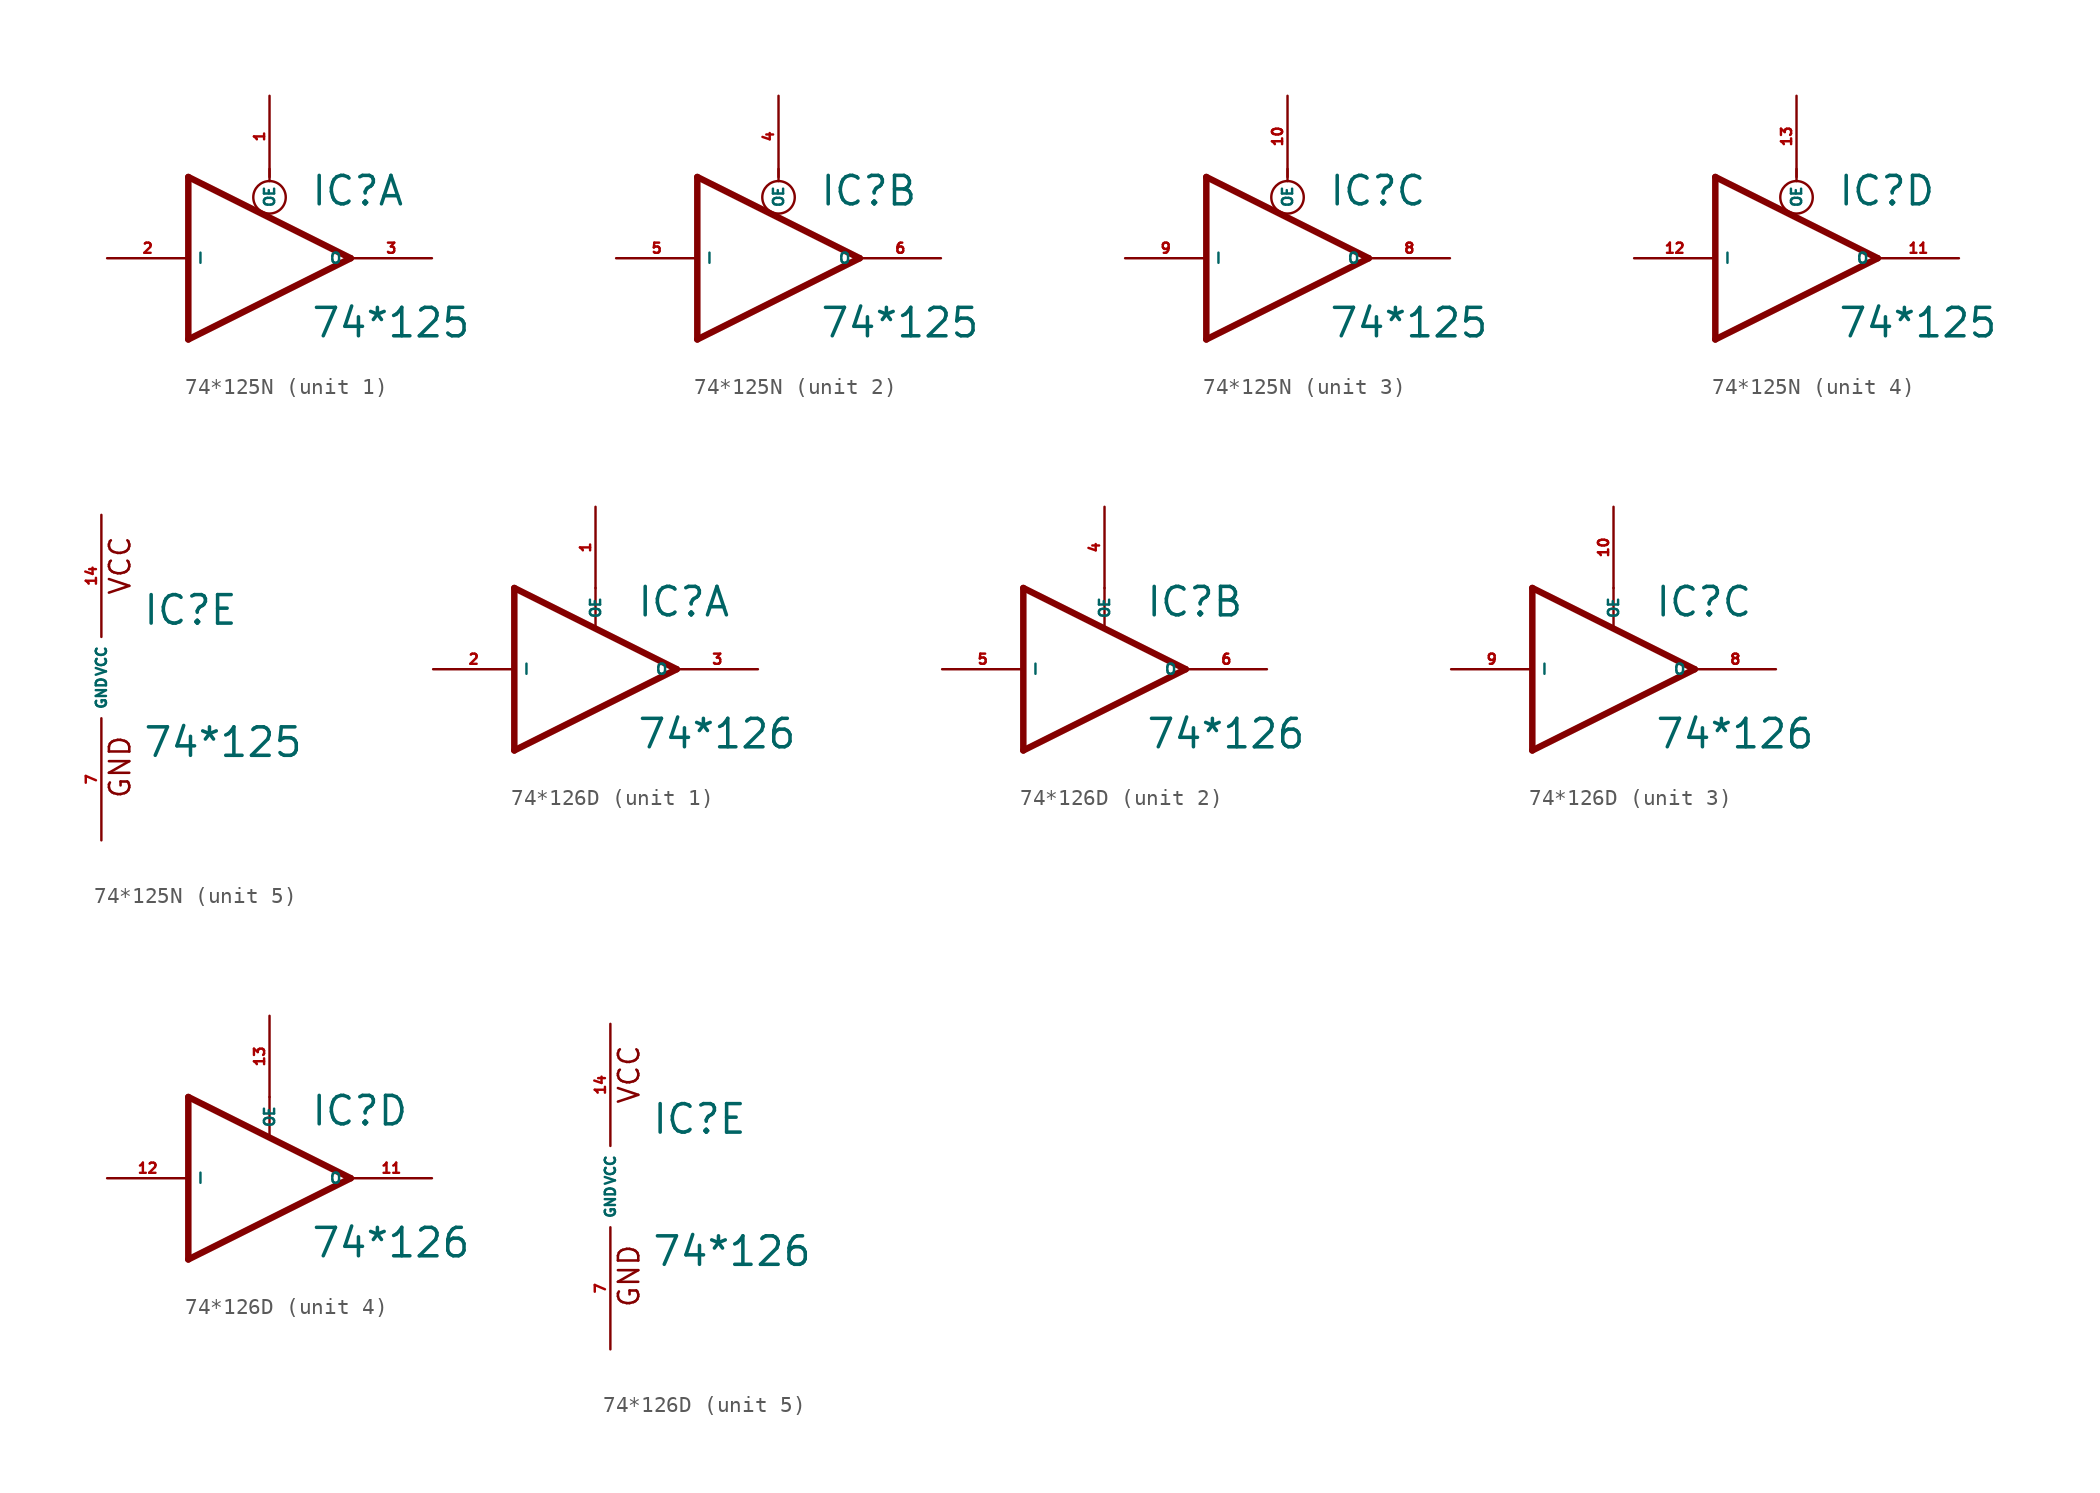
<source format=kicad_sym>
(kicad_symbol_lib
  (version 20220914)
  (generator Eagle2Kicad)
  (symbol "74*125N"
    (property "Reference" "IC"
      (at 2.54 3.175 0)
      (effects (font (size 1.778 1.778) (thickness 0.22)) (justify left bottom)))
    (property "Value" "74*125"
      (at 2.54 -5.08 0)
      (effects (font (size 1.778 1.778) (thickness 0.22)) (justify left bottom)))
    (symbol "74*125N_1_0"
      (polyline (pts (xy 5.08 0) (xy -5.08 5.08)) (stroke (width 0.406) (type default)) (fill (type none)))
      (polyline (pts (xy 5.08 0) (xy -5.08 -5.08)) (stroke (width 0.406) (type default)) (fill (type none)))
      (polyline (pts (xy -5.08 -5.08) (xy -5.08 5.08)) (stroke (width 0.406) (type default)) (fill (type none)))
      (polyline (pts (xy 0 4.826) (xy 0 5.588)) (stroke (width 0.152) (type default)) (fill (type none)))
      (circle (center 0 3.81) (radius 1.016) (stroke (width 0.152) (type default)) (fill (type none)))
      (pin input line (at 0 10.16 270) (length 5.08) (name "OE" (effects (font (size 0.635 0.635) (thickness 0.08)) (justify left bottom))) (number "1" (effects (font (size 0.635 0.635) (thickness 0.08)) (justify left bottom))))
      (pin input line (at -10.16 0 0) (length 5.08) (name "I" (effects (font (size 0.635 0.635) (thickness 0.08)) (justify left bottom))) (number "2" (effects (font (size 0.635 0.635) (thickness 0.08)) (justify left bottom))))
      (pin tri_state line (at 10.16 0 180) (length 5.08) (name "O" (effects (font (size 0.635 0.635) (thickness 0.08)) (justify left bottom))) (number "3" (effects (font (size 0.635 0.635) (thickness 0.08)) (justify left bottom)))))
    (symbol "74*125N_2_0"
      (polyline (pts (xy 5.08 0) (xy -5.08 5.08)) (stroke (width 0.406) (type default)) (fill (type none)))
      (polyline (pts (xy 5.08 0) (xy -5.08 -5.08)) (stroke (width 0.406) (type default)) (fill (type none)))
      (polyline (pts (xy -5.08 -5.08) (xy -5.08 5.08)) (stroke (width 0.406) (type default)) (fill (type none)))
      (polyline (pts (xy 0 4.826) (xy 0 5.588)) (stroke (width 0.152) (type default)) (fill (type none)))
      (circle (center 0 3.81) (radius 1.016) (stroke (width 0.152) (type default)) (fill (type none)))
      (pin input line (at 0 10.16 270) (length 5.08) (name "OE" (effects (font (size 0.635 0.635) (thickness 0.08)) (justify left bottom))) (number "4" (effects (font (size 0.635 0.635) (thickness 0.08)) (justify left bottom))))
      (pin input line (at -10.16 0 0) (length 5.08) (name "I" (effects (font (size 0.635 0.635) (thickness 0.08)) (justify left bottom))) (number "5" (effects (font (size 0.635 0.635) (thickness 0.08)) (justify left bottom))))
      (pin tri_state line (at 10.16 0 180) (length 5.08) (name "O" (effects (font (size 0.635 0.635) (thickness 0.08)) (justify left bottom))) (number "6" (effects (font (size 0.635 0.635) (thickness 0.08)) (justify left bottom)))))
    (symbol "74*125N_3_0"
      (polyline (pts (xy 5.08 0) (xy -5.08 5.08)) (stroke (width 0.406) (type default)) (fill (type none)))
      (polyline (pts (xy 5.08 0) (xy -5.08 -5.08)) (stroke (width 0.406) (type default)) (fill (type none)))
      (polyline (pts (xy -5.08 -5.08) (xy -5.08 5.08)) (stroke (width 0.406) (type default)) (fill (type none)))
      (polyline (pts (xy 0 4.826) (xy 0 5.588)) (stroke (width 0.152) (type default)) (fill (type none)))
      (circle (center 0 3.81) (radius 1.016) (stroke (width 0.152) (type default)) (fill (type none)))
      (pin input line (at 0 10.16 270) (length 5.08) (name "OE" (effects (font (size 0.635 0.635) (thickness 0.08)) (justify left bottom))) (number "10" (effects (font (size 0.635 0.635) (thickness 0.08)) (justify left bottom))))
      (pin input line (at -10.16 0 0) (length 5.08) (name "I" (effects (font (size 0.635 0.635) (thickness 0.08)) (justify left bottom))) (number "9" (effects (font (size 0.635 0.635) (thickness 0.08)) (justify left bottom))))
      (pin tri_state line (at 10.16 0 180) (length 5.08) (name "O" (effects (font (size 0.635 0.635) (thickness 0.08)) (justify left bottom))) (number "8" (effects (font (size 0.635 0.635) (thickness 0.08)) (justify left bottom)))))
    (symbol "74*125N_4_0"
      (polyline (pts (xy 5.08 0) (xy -5.08 5.08)) (stroke (width 0.406) (type default)) (fill (type none)))
      (polyline (pts (xy 5.08 0) (xy -5.08 -5.08)) (stroke (width 0.406) (type default)) (fill (type none)))
      (polyline (pts (xy -5.08 -5.08) (xy -5.08 5.08)) (stroke (width 0.406) (type default)) (fill (type none)))
      (polyline (pts (xy 0 4.826) (xy 0 5.588)) (stroke (width 0.152) (type default)) (fill (type none)))
      (circle (center 0 3.81) (radius 1.016) (stroke (width 0.152) (type default)) (fill (type none)))
      (pin input line (at 0 10.16 270) (length 5.08) (name "OE" (effects (font (size 0.635 0.635) (thickness 0.08)) (justify left bottom))) (number "13" (effects (font (size 0.635 0.635) (thickness 0.08)) (justify left bottom))))
      (pin input line (at -10.16 0 0) (length 5.08) (name "I" (effects (font (size 0.635 0.635) (thickness 0.08)) (justify left bottom))) (number "12" (effects (font (size 0.635 0.635) (thickness 0.08)) (justify left bottom))))
      (pin tri_state line (at 10.16 0 180) (length 5.08) (name "O" (effects (font (size 0.635 0.635) (thickness 0.08)) (justify left bottom))) (number "11" (effects (font (size 0.635 0.635) (thickness 0.08)) (justify left bottom)))))
    (symbol "74*125N_5_0"
      (text "GND" (at 1.905 -7.62 900) (effects (font (size 1.27 1.27) (thickness 0.16)) (justify left bottom)))
      (text "VCC" (at 1.905 5.08 900) (effects (font (size 1.27 1.27) (thickness 0.16)) (justify left bottom)))
      (pin unspecified line (at 0 -10.16 90) (length 7.62) (name "GND" (effects (font (size 0.635 0.635) (thickness 0.08)) (justify left bottom))) (number "7" (effects (font (size 0.635 0.635) (thickness 0.08)) (justify left bottom))))
      (pin unspecified line (at 0 10.16 270) (length 7.62) (name "VCC" (effects (font (size 0.635 0.635) (thickness 0.08)) (justify left bottom))) (number "14" (effects (font (size 0.635 0.635) (thickness 0.08)) (justify left bottom))))))
  (symbol "74*126D"
    (property "Reference" "IC"
      (at 2.54 3.175 0)
      (effects (font (size 1.778 1.778) (thickness 0.22)) (justify left bottom)))
    (property "Value" "74*126"
      (at 2.54 -5.08 0)
      (effects (font (size 1.778 1.778) (thickness 0.22)) (justify left bottom)))
    (symbol "74*126D_1_0"
      (polyline (pts (xy -5.08 -5.08) (xy -5.08 5.08)) (stroke (width 0.406) (type default)) (fill (type none)))
      (polyline (pts (xy 0 5.08) (xy 0 2.54)) (stroke (width 0.152) (type default)) (fill (type none)))
      (polyline (pts (xy 5.08 0) (xy -5.08 5.08)) (stroke (width 0.406) (type default)) (fill (type none)))
      (polyline (pts (xy 5.08 0) (xy -5.08 -5.08)) (stroke (width 0.406) (type default)) (fill (type none)))
      (pin input line (at 0 10.16 270) (length 5.08) (name "OE" (effects (font (size 0.635 0.635) (thickness 0.08)) (justify left bottom))) (number "1" (effects (font (size 0.635 0.635) (thickness 0.08)) (justify left bottom))))
      (pin input line (at -10.16 0 0) (length 5.08) (name "I" (effects (font (size 0.635 0.635) (thickness 0.08)) (justify left bottom))) (number "2" (effects (font (size 0.635 0.635) (thickness 0.08)) (justify left bottom))))
      (pin output line (at 10.16 0 180) (length 5.08) (name "O" (effects (font (size 0.635 0.635) (thickness 0.08)) (justify left bottom))) (number "3" (effects (font (size 0.635 0.635) (thickness 0.08)) (justify left bottom)))))
    (symbol "74*126D_2_0"
      (polyline (pts (xy -5.08 -5.08) (xy -5.08 5.08)) (stroke (width 0.406) (type default)) (fill (type none)))
      (polyline (pts (xy 0 5.08) (xy 0 2.54)) (stroke (width 0.152) (type default)) (fill (type none)))
      (polyline (pts (xy 5.08 0) (xy -5.08 5.08)) (stroke (width 0.406) (type default)) (fill (type none)))
      (polyline (pts (xy 5.08 0) (xy -5.08 -5.08)) (stroke (width 0.406) (type default)) (fill (type none)))
      (pin input line (at 0 10.16 270) (length 5.08) (name "OE" (effects (font (size 0.635 0.635) (thickness 0.08)) (justify left bottom))) (number "4" (effects (font (size 0.635 0.635) (thickness 0.08)) (justify left bottom))))
      (pin input line (at -10.16 0 0) (length 5.08) (name "I" (effects (font (size 0.635 0.635) (thickness 0.08)) (justify left bottom))) (number "5" (effects (font (size 0.635 0.635) (thickness 0.08)) (justify left bottom))))
      (pin output line (at 10.16 0 180) (length 5.08) (name "O" (effects (font (size 0.635 0.635) (thickness 0.08)) (justify left bottom))) (number "6" (effects (font (size 0.635 0.635) (thickness 0.08)) (justify left bottom)))))
    (symbol "74*126D_3_0"
      (polyline (pts (xy -5.08 -5.08) (xy -5.08 5.08)) (stroke (width 0.406) (type default)) (fill (type none)))
      (polyline (pts (xy 0 5.08) (xy 0 2.54)) (stroke (width 0.152) (type default)) (fill (type none)))
      (polyline (pts (xy 5.08 0) (xy -5.08 5.08)) (stroke (width 0.406) (type default)) (fill (type none)))
      (polyline (pts (xy 5.08 0) (xy -5.08 -5.08)) (stroke (width 0.406) (type default)) (fill (type none)))
      (pin input line (at 0 10.16 270) (length 5.08) (name "OE" (effects (font (size 0.635 0.635) (thickness 0.08)) (justify left bottom))) (number "10" (effects (font (size 0.635 0.635) (thickness 0.08)) (justify left bottom))))
      (pin input line (at -10.16 0 0) (length 5.08) (name "I" (effects (font (size 0.635 0.635) (thickness 0.08)) (justify left bottom))) (number "9" (effects (font (size 0.635 0.635) (thickness 0.08)) (justify left bottom))))
      (pin output line (at 10.16 0 180) (length 5.08) (name "O" (effects (font (size 0.635 0.635) (thickness 0.08)) (justify left bottom))) (number "8" (effects (font (size 0.635 0.635) (thickness 0.08)) (justify left bottom)))))
    (symbol "74*126D_4_0"
      (polyline (pts (xy -5.08 -5.08) (xy -5.08 5.08)) (stroke (width 0.406) (type default)) (fill (type none)))
      (polyline (pts (xy 0 5.08) (xy 0 2.54)) (stroke (width 0.152) (type default)) (fill (type none)))
      (polyline (pts (xy 5.08 0) (xy -5.08 5.08)) (stroke (width 0.406) (type default)) (fill (type none)))
      (polyline (pts (xy 5.08 0) (xy -5.08 -5.08)) (stroke (width 0.406) (type default)) (fill (type none)))
      (pin input line (at 0 10.16 270) (length 5.08) (name "OE" (effects (font (size 0.635 0.635) (thickness 0.08)) (justify left bottom))) (number "13" (effects (font (size 0.635 0.635) (thickness 0.08)) (justify left bottom))))
      (pin input line (at -10.16 0 0) (length 5.08) (name "I" (effects (font (size 0.635 0.635) (thickness 0.08)) (justify left bottom))) (number "12" (effects (font (size 0.635 0.635) (thickness 0.08)) (justify left bottom))))
      (pin output line (at 10.16 0 180) (length 5.08) (name "O" (effects (font (size 0.635 0.635) (thickness 0.08)) (justify left bottom))) (number "11" (effects (font (size 0.635 0.635) (thickness 0.08)) (justify left bottom)))))
    (symbol "74*126D_5_0"
      (text "GND" (at 1.905 -7.62 900) (effects (font (size 1.27 1.27) (thickness 0.16)) (justify left bottom)))
      (text "VCC" (at 1.905 5.08 900) (effects (font (size 1.27 1.27) (thickness 0.16)) (justify left bottom)))
      (pin unspecified line (at 0 -10.16 90) (length 7.62) (name "GND" (effects (font (size 0.635 0.635) (thickness 0.08)) (justify left bottom))) (number "7" (effects (font (size 0.635 0.635) (thickness 0.08)) (justify left bottom))))
      (pin unspecified line (at 0 10.16 270) (length 7.62) (name "VCC" (effects (font (size 0.635 0.635) (thickness 0.08)) (justify left bottom))) (number "14" (effects (font (size 0.635 0.635) (thickness 0.08)) (justify left bottom)))))))
</source>
